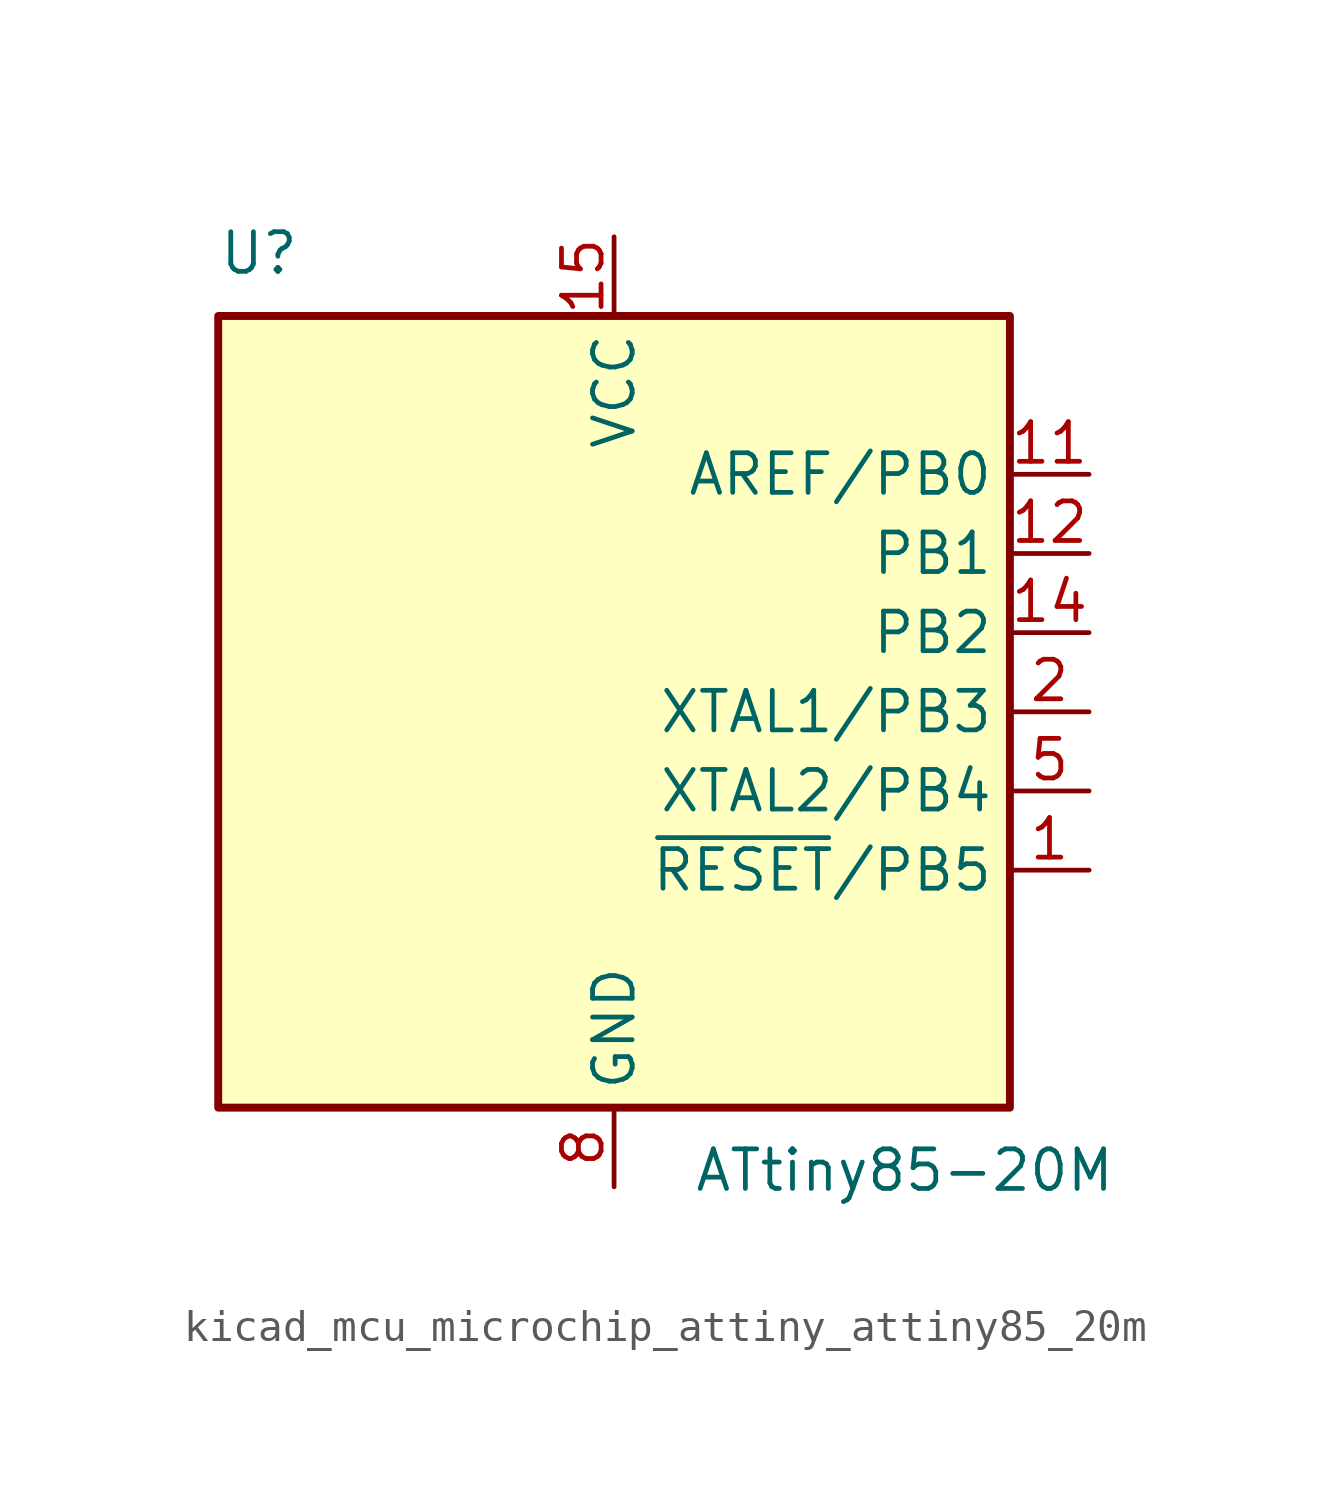
<source format=kicad_sym>
(kicad_symbol_lib
  (version 20220914)
  (generator kicad_symbol_editor)
  (symbol "kicad_mcu_microchip_attiny_attiny85_20m"
    (property "Reference" "U"
      (at -12.7 13.97 0)
      (effects (font (size 1.27 1.27)) (justify left bottom)))
    (property "Value" "ATtiny85-20M"
      (at 2.54 -13.97 0)
      (effects (font (size 1.27 1.27)) (justify left top)))
    (symbol "kicad_mcu_microchip_attiny_attiny85_20m_0_1"
      (rectangle (start -12.7 -12.7) (end 12.7 12.7) (stroke (width 0.254) (type default)) (fill (type background))))
    (symbol "kicad_mcu_microchip_attiny_attiny85_20m_1_1"
      (pin bidirectional line (at 15.24 -5.08 180) (length 2.54) (name "~{RESET}/PB5" (effects (font (size 1.27 1.27)))) (number "1" (effects (font (size 1.27 1.27)))))
      (pin no_connect line (at -12.7 -2.54 0) (length 2.54) hide (name "NC" (effects (font (size 1.27 1.27)))) (number "10" (effects (font (size 1.27 1.27)))))
      (pin bidirectional line (at 15.24 7.62 180) (length 2.54) (name "AREF/PB0" (effects (font (size 1.27 1.27)))) (number "11" (effects (font (size 1.27 1.27)))))
      (pin bidirectional line (at 15.24 5.08 180) (length 2.54) (name "PB1" (effects (font (size 1.27 1.27)))) (number "12" (effects (font (size 1.27 1.27)))))
      (pin no_connect line (at -12.7 -5.08 0) (length 2.54) hide (name "NC" (effects (font (size 1.27 1.27)))) (number "13" (effects (font (size 1.27 1.27)))))
      (pin bidirectional line (at 15.24 2.54 180) (length 2.54) (name "PB2" (effects (font (size 1.27 1.27)))) (number "14" (effects (font (size 1.27 1.27)))))
      (pin power_in line (at 0 15.24 270) (length 2.54) (name "VCC" (effects (font (size 1.27 1.27)))) (number "15" (effects (font (size 1.27 1.27)))))
      (pin no_connect line (at -12.7 -7.62 0) (length 2.54) hide (name "NC" (effects (font (size 1.27 1.27)))) (number "16" (effects (font (size 1.27 1.27)))))
      (pin no_connect line (at -12.7 -10.16 0) (length 2.54) hide (name "NC" (effects (font (size 1.27 1.27)))) (number "17" (effects (font (size 1.27 1.27)))))
      (pin no_connect line (at -7.62 -12.7 90) (length 2.54) hide (name "NC" (effects (font (size 1.27 1.27)))) (number "18" (effects (font (size 1.27 1.27)))))
      (pin no_connect line (at -5.08 -12.7 90) (length 2.54) hide (name "NC" (effects (font (size 1.27 1.27)))) (number "19" (effects (font (size 1.27 1.27)))))
      (pin bidirectional line (at 15.24 0 180) (length 2.54) (name "XTAL1/PB3" (effects (font (size 1.27 1.27)))) (number "2" (effects (font (size 1.27 1.27)))))
      (pin no_connect line (at -2.54 -12.7 90) (length 2.54) hide (name "NC" (effects (font (size 1.27 1.27)))) (number "20" (effects (font (size 1.27 1.27)))))
      (pin passive line (at 0 -15.24 90) (length 2.54) hide (name "GND" (effects (font (size 1.27 1.27)))) (number "21" (effects (font (size 1.27 1.27)))))
      (pin no_connect line (at -12.7 10.16 0) (length 2.54) hide (name "NC" (effects (font (size 1.27 1.27)))) (number "3" (effects (font (size 1.27 1.27)))))
      (pin no_connect line (at -12.7 7.62 0) (length 2.54) hide (name "NC" (effects (font (size 1.27 1.27)))) (number "4" (effects (font (size 1.27 1.27)))))
      (pin bidirectional line (at 15.24 -2.54 180) (length 2.54) (name "XTAL2/PB4" (effects (font (size 1.27 1.27)))) (number "5" (effects (font (size 1.27 1.27)))))
      (pin no_connect line (at -12.7 5.08 0) (length 2.54) hide (name "NC" (effects (font (size 1.27 1.27)))) (number "6" (effects (font (size 1.27 1.27)))))
      (pin no_connect line (at -12.7 2.54 0) (length 2.54) hide (name "NC" (effects (font (size 1.27 1.27)))) (number "7" (effects (font (size 1.27 1.27)))))
      (pin power_in line (at 0 -15.24 90) (length 2.54) (name "GND" (effects (font (size 1.27 1.27)))) (number "8" (effects (font (size 1.27 1.27)))))
      (pin no_connect line (at -12.7 0 0) (length 2.54) hide (name "NC" (effects (font (size 1.27 1.27)))) (number "9" (effects (font (size 1.27 1.27))))))))
</source>
